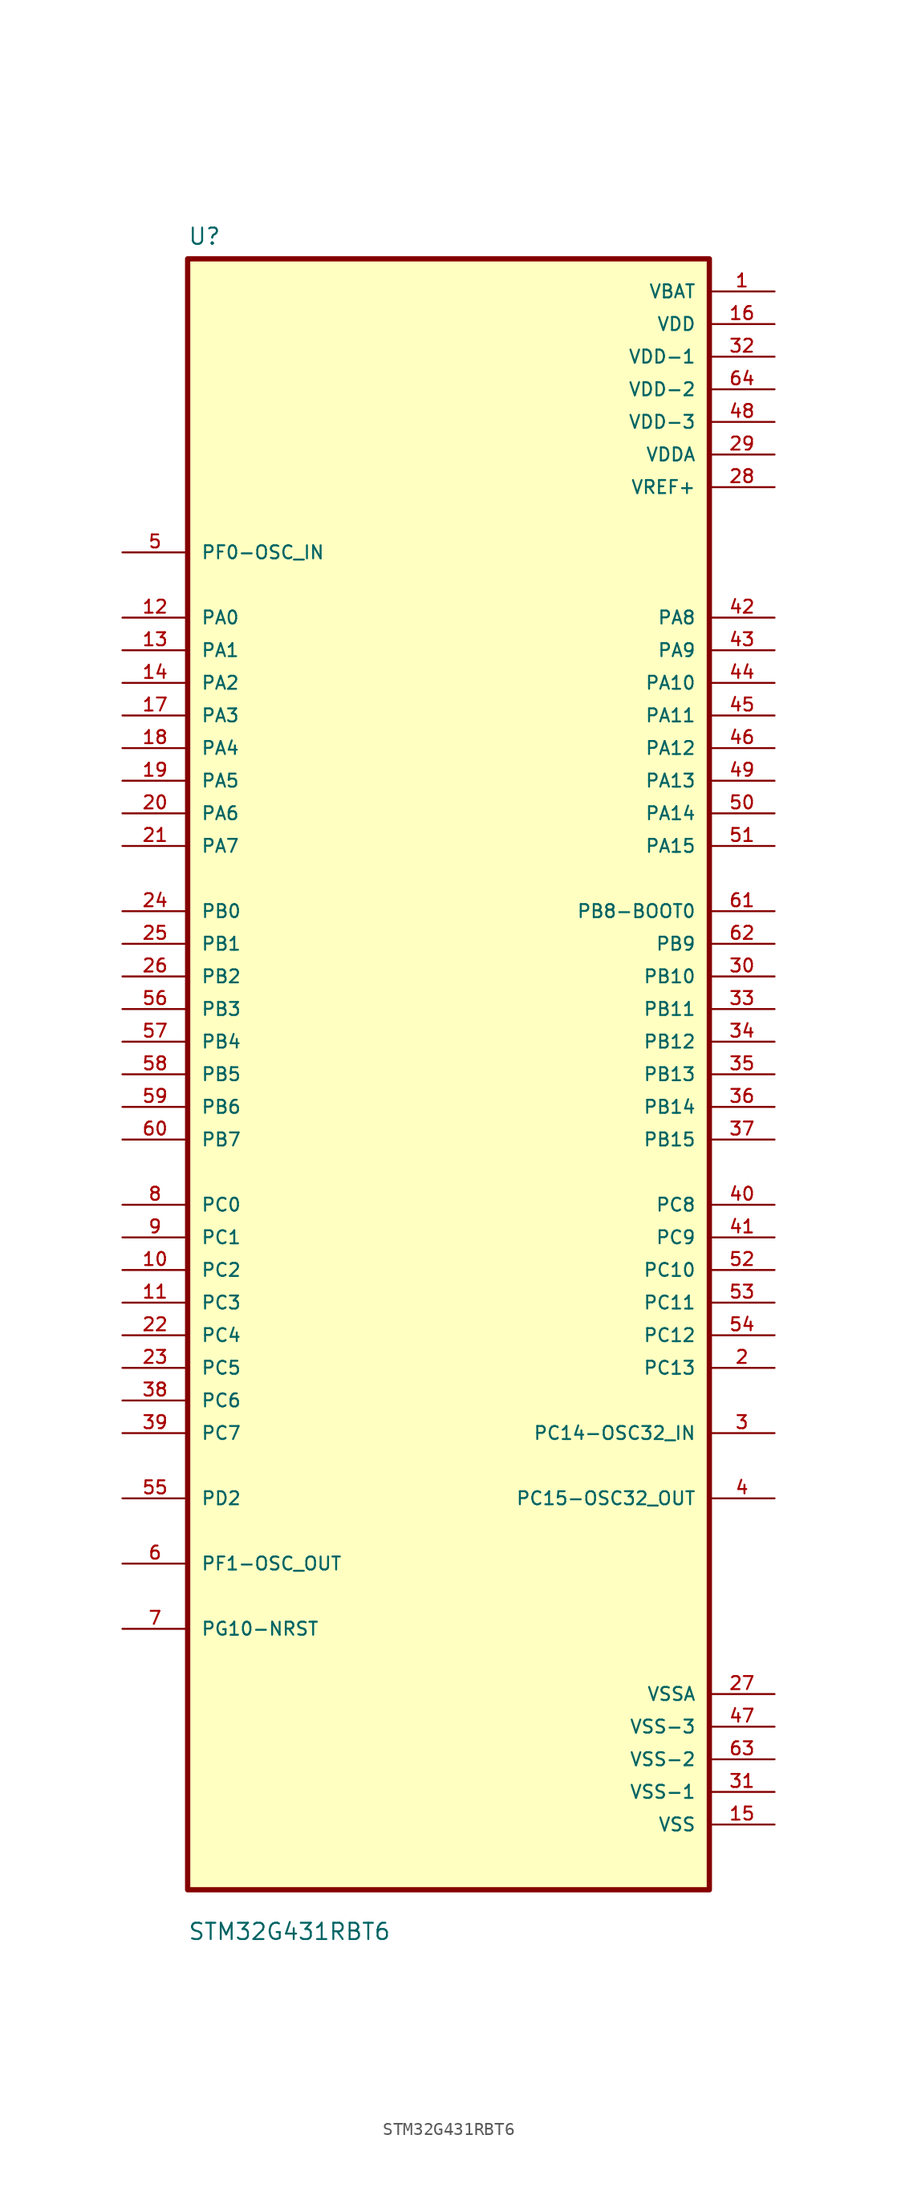
<source format=kicad_sym>
(kicad_symbol_lib
  (version 20211014)
  (generator kicad_symbol_editor)
  (symbol "STM32G431RBT6"
    (pin_names
      (offset 1.016))
    (property "Reference" "U"
      (at -20.32 64.5 0.0)
      (effects (font (size 1.27 1.27)) (justify bottom left)))
    (property "Value" "STM32G431RBT6"
      (at -20.32 -67.5 0.0)
      (effects (font (size 1.27 1.27)) (justify bottom left)))
    (symbol "STM32G431RBT6_0_0"
      (rectangle (start -20.32 -63.5) (end 20.32 63.5) (stroke (width 0.41)) (fill (type background)))
      (pin input line (at -25.4 40.64 0) (length 5.08) (name "PF0-OSC_IN" (effects (font (size 1.016 1.016)))) (number "5" (effects (font (size 1.016 1.016)))))
      (pin bidirectional line (at -25.4 35.56 0) (length 5.08) (name "PA0" (effects (font (size 1.016 1.016)))) (number "12" (effects (font (size 1.016 1.016)))))
      (pin bidirectional line (at -25.4 33.02 0) (length 5.08) (name "PA1" (effects (font (size 1.016 1.016)))) (number "13" (effects (font (size 1.016 1.016)))))
      (pin bidirectional line (at -25.4 30.48 0) (length 5.08) (name "PA2" (effects (font (size 1.016 1.016)))) (number "14" (effects (font (size 1.016 1.016)))))
      (pin bidirectional line (at -25.4 27.94 0) (length 5.08) (name "PA3" (effects (font (size 1.016 1.016)))) (number "17" (effects (font (size 1.016 1.016)))))
      (pin bidirectional line (at -25.4 25.4 0) (length 5.08) (name "PA4" (effects (font (size 1.016 1.016)))) (number "18" (effects (font (size 1.016 1.016)))))
      (pin bidirectional line (at -25.4 22.86 0) (length 5.08) (name "PA5" (effects (font (size 1.016 1.016)))) (number "19" (effects (font (size 1.016 1.016)))))
      (pin bidirectional line (at -25.4 20.32 0) (length 5.08) (name "PA6" (effects (font (size 1.016 1.016)))) (number "20" (effects (font (size 1.016 1.016)))))
      (pin bidirectional line (at -25.4 17.78 0) (length 5.08) (name "PA7" (effects (font (size 1.016 1.016)))) (number "21" (effects (font (size 1.016 1.016)))))
      (pin bidirectional line (at -25.4 12.7 0) (length 5.08) (name "PB0" (effects (font (size 1.016 1.016)))) (number "24" (effects (font (size 1.016 1.016)))))
      (pin bidirectional line (at -25.4 10.16 0) (length 5.08) (name "PB1" (effects (font (size 1.016 1.016)))) (number "25" (effects (font (size 1.016 1.016)))))
      (pin bidirectional line (at -25.4 7.62 0) (length 5.08) (name "PB2" (effects (font (size 1.016 1.016)))) (number "26" (effects (font (size 1.016 1.016)))))
      (pin bidirectional line (at -25.4 5.08 0) (length 5.08) (name "PB3" (effects (font (size 1.016 1.016)))) (number "56" (effects (font (size 1.016 1.016)))))
      (pin bidirectional line (at -25.4 2.54 0) (length 5.08) (name "PB4" (effects (font (size 1.016 1.016)))) (number "57" (effects (font (size 1.016 1.016)))))
      (pin bidirectional line (at -25.4 1.06581410364e-14 0) (length 5.08) (name "PB5" (effects (font (size 1.016 1.016)))) (number "58" (effects (font (size 1.016 1.016)))))
      (pin bidirectional line (at -25.4 -2.54 0) (length 5.08) (name "PB6" (effects (font (size 1.016 1.016)))) (number "59" (effects (font (size 1.016 1.016)))))
      (pin bidirectional line (at -25.4 -5.08 0) (length 5.08) (name "PB7" (effects (font (size 1.016 1.016)))) (number "60" (effects (font (size 1.016 1.016)))))
      (pin bidirectional line (at -25.4 -10.16 0) (length 5.08) (name "PC0" (effects (font (size 1.016 1.016)))) (number "8" (effects (font (size 1.016 1.016)))))
      (pin bidirectional line (at -25.4 -12.7 0) (length 5.08) (name "PC1" (effects (font (size 1.016 1.016)))) (number "9" (effects (font (size 1.016 1.016)))))
      (pin bidirectional line (at -25.4 -15.24 0) (length 5.08) (name "PC2" (effects (font (size 1.016 1.016)))) (number "10" (effects (font (size 1.016 1.016)))))
      (pin bidirectional line (at -25.4 -17.78 0) (length 5.08) (name "PC3" (effects (font (size 1.016 1.016)))) (number "11" (effects (font (size 1.016 1.016)))))
      (pin bidirectional line (at -25.4 -20.32 0) (length 5.08) (name "PC4" (effects (font (size 1.016 1.016)))) (number "22" (effects (font (size 1.016 1.016)))))
      (pin bidirectional line (at -25.4 -22.86 0) (length 5.08) (name "PC5" (effects (font (size 1.016 1.016)))) (number "23" (effects (font (size 1.016 1.016)))))
      (pin bidirectional line (at -25.4 -25.4 0) (length 5.08) (name "PC6" (effects (font (size 1.016 1.016)))) (number "38" (effects (font (size 1.016 1.016)))))
      (pin bidirectional line (at -25.4 -27.94 0) (length 5.08) (name "PC7" (effects (font (size 1.016 1.016)))) (number "39" (effects (font (size 1.016 1.016)))))
      (pin bidirectional line (at -25.4 -33.02 0) (length 5.08) (name "PD2" (effects (font (size 1.016 1.016)))) (number "55" (effects (font (size 1.016 1.016)))))
      (pin bidirectional line (at -25.4 -38.1 0) (length 5.08) (name "PF1-OSC_OUT" (effects (font (size 1.016 1.016)))) (number "6" (effects (font (size 1.016 1.016)))))
      (pin bidirectional line (at -25.4 -43.18 0) (length 5.08) (name "PG10-NRST" (effects (font (size 1.016 1.016)))) (number "7" (effects (font (size 1.016 1.016)))))
      (pin power_in line (at 25.4 60.96 180.0) (length 5.08) (name "VBAT" (effects (font (size 1.016 1.016)))) (number "1" (effects (font (size 1.016 1.016)))))
      (pin power_in line (at 25.4 58.42 180.0) (length 5.08) (name "VDD" (effects (font (size 1.016 1.016)))) (number "16" (effects (font (size 1.016 1.016)))))
      (pin power_in line (at 25.4 55.88 180.0) (length 5.08) (name "VDD-1" (effects (font (size 1.016 1.016)))) (number "32" (effects (font (size 1.016 1.016)))))
      (pin power_in line (at 25.4 53.34 180.0) (length 5.08) (name "VDD-2" (effects (font (size 1.016 1.016)))) (number "64" (effects (font (size 1.016 1.016)))))
      (pin power_in line (at 25.4 50.8 180.0) (length 5.08) (name "VDD-3" (effects (font (size 1.016 1.016)))) (number "48" (effects (font (size 1.016 1.016)))))
      (pin power_in line (at 25.4 48.26 180.0) (length 5.08) (name "VDDA" (effects (font (size 1.016 1.016)))) (number "29" (effects (font (size 1.016 1.016)))))
      (pin power_in line (at 25.4 45.72 180.0) (length 5.08) (name "VREF+" (effects (font (size 1.016 1.016)))) (number "28" (effects (font (size 1.016 1.016)))))
      (pin bidirectional line (at 25.4 35.56 180.0) (length 5.08) (name "PA8" (effects (font (size 1.016 1.016)))) (number "42" (effects (font (size 1.016 1.016)))))
      (pin bidirectional line (at 25.4 33.02 180.0) (length 5.08) (name "PA9" (effects (font (size 1.016 1.016)))) (number "43" (effects (font (size 1.016 1.016)))))
      (pin bidirectional line (at 25.4 30.48 180.0) (length 5.08) (name "PA10" (effects (font (size 1.016 1.016)))) (number "44" (effects (font (size 1.016 1.016)))))
      (pin bidirectional line (at 25.4 27.94 180.0) (length 5.08) (name "PA11" (effects (font (size 1.016 1.016)))) (number "45" (effects (font (size 1.016 1.016)))))
      (pin bidirectional line (at 25.4 25.4 180.0) (length 5.08) (name "PA12" (effects (font (size 1.016 1.016)))) (number "46" (effects (font (size 1.016 1.016)))))
      (pin bidirectional line (at 25.4 22.86 180.0) (length 5.08) (name "PA13" (effects (font (size 1.016 1.016)))) (number "49" (effects (font (size 1.016 1.016)))))
      (pin bidirectional line (at 25.4 20.32 180.0) (length 5.08) (name "PA14" (effects (font (size 1.016 1.016)))) (number "50" (effects (font (size 1.016 1.016)))))
      (pin bidirectional line (at 25.4 17.78 180.0) (length 5.08) (name "PA15" (effects (font (size 1.016 1.016)))) (number "51" (effects (font (size 1.016 1.016)))))
      (pin bidirectional line (at 25.4 12.7 180.0) (length 5.08) (name "PB8-BOOT0" (effects (font (size 1.016 1.016)))) (number "61" (effects (font (size 1.016 1.016)))))
      (pin bidirectional line (at 25.4 10.16 180.0) (length 5.08) (name "PB9" (effects (font (size 1.016 1.016)))) (number "62" (effects (font (size 1.016 1.016)))))
      (pin bidirectional line (at 25.4 7.62 180.0) (length 5.08) (name "PB10" (effects (font (size 1.016 1.016)))) (number "30" (effects (font (size 1.016 1.016)))))
      (pin bidirectional line (at 25.4 5.08 180.0) (length 5.08) (name "PB11" (effects (font (size 1.016 1.016)))) (number "33" (effects (font (size 1.016 1.016)))))
      (pin bidirectional line (at 25.4 2.54 180.0) (length 5.08) (name "PB12" (effects (font (size 1.016 1.016)))) (number "34" (effects (font (size 1.016 1.016)))))
      (pin bidirectional line (at 25.4 1.7763568394e-14 180.0) (length 5.08) (name "PB13" (effects (font (size 1.016 1.016)))) (number "35" (effects (font (size 1.016 1.016)))))
      (pin bidirectional line (at 25.4 -2.54 180.0) (length 5.08) (name "PB14" (effects (font (size 1.016 1.016)))) (number "36" (effects (font (size 1.016 1.016)))))
      (pin bidirectional line (at 25.4 -5.08 180.0) (length 5.08) (name "PB15" (effects (font (size 1.016 1.016)))) (number "37" (effects (font (size 1.016 1.016)))))
      (pin bidirectional line (at 25.4 -10.16 180.0) (length 5.08) (name "PC8" (effects (font (size 1.016 1.016)))) (number "40" (effects (font (size 1.016 1.016)))))
      (pin bidirectional line (at 25.4 -12.7 180.0) (length 5.08) (name "PC9" (effects (font (size 1.016 1.016)))) (number "41" (effects (font (size 1.016 1.016)))))
      (pin bidirectional line (at 25.4 -15.24 180.0) (length 5.08) (name "PC10" (effects (font (size 1.016 1.016)))) (number "52" (effects (font (size 1.016 1.016)))))
      (pin bidirectional line (at 25.4 -17.78 180.0) (length 5.08) (name "PC11" (effects (font (size 1.016 1.016)))) (number "53" (effects (font (size 1.016 1.016)))))
      (pin bidirectional line (at 25.4 -20.32 180.0) (length 5.08) (name "PC12" (effects (font (size 1.016 1.016)))) (number "54" (effects (font (size 1.016 1.016)))))
      (pin bidirectional line (at 25.4 -22.86 180.0) (length 5.08) (name "PC13" (effects (font (size 1.016 1.016)))) (number "2" (effects (font (size 1.016 1.016)))))
      (pin bidirectional line (at 25.4 -27.94 180.0) (length 5.08) (name "PC14-OSC32_IN" (effects (font (size 1.016 1.016)))) (number "3" (effects (font (size 1.016 1.016)))))
      (pin bidirectional line (at 25.4 -33.02 180.0) (length 5.08) (name "PC15-OSC32_OUT" (effects (font (size 1.016 1.016)))) (number "4" (effects (font (size 1.016 1.016)))))
      (pin power_in line (at 25.4 -48.26 180.0) (length 5.08) (name "VSSA" (effects (font (size 1.016 1.016)))) (number "27" (effects (font (size 1.016 1.016)))))
      (pin power_in line (at 25.4 -50.8 180.0) (length 5.08) (name "VSS-3" (effects (font (size 1.016 1.016)))) (number "47" (effects (font (size 1.016 1.016)))))
      (pin power_in line (at 25.4 -53.34 180.0) (length 5.08) (name "VSS-2" (effects (font (size 1.016 1.016)))) (number "63" (effects (font (size 1.016 1.016)))))
      (pin power_in line (at 25.4 -55.88 180.0) (length 5.08) (name "VSS-1" (effects (font (size 1.016 1.016)))) (number "31" (effects (font (size 1.016 1.016)))))
      (pin power_in line (at 25.4 -58.42 180.0) (length 5.08) (name "VSS" (effects (font (size 1.016 1.016)))) (number "15" (effects (font (size 1.016 1.016))))))))
</source>
